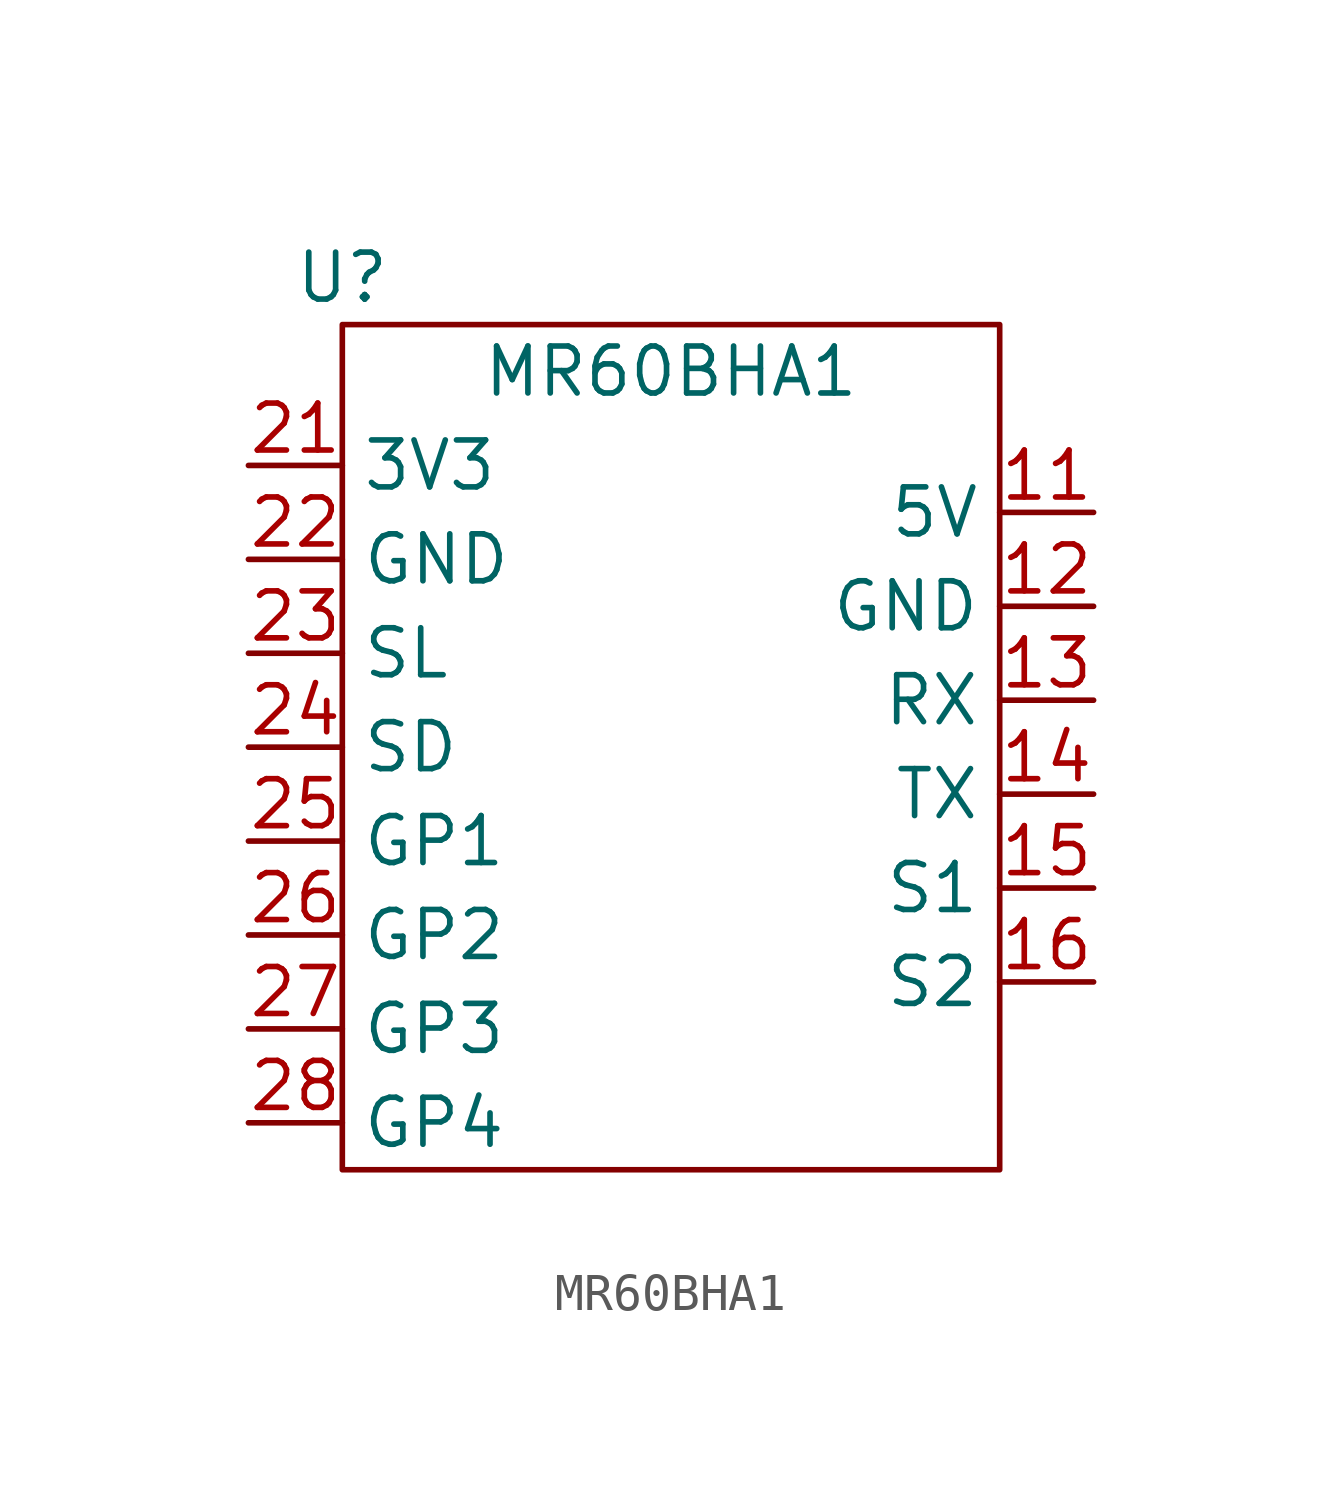
<source format=kicad_sym>
(kicad_symbol_lib
  (version 20211014)
  (generator kicad_symbol_editor)
  (symbol "MR60BHA1"
    (property "Reference" "U"
      (at -8.89 12.7 0)
      (effects (font (size 1.27 1.27))))
    (property "Value" "MR60BHA1"
      (at 0 10.16 0)
      (effects (font (size 1.27 1.27))))
    (symbol "MR60BHA1_0_1"
      (rectangle (start -8.89 11.43) (end 8.89 -11.43) (stroke (width 0) (type default) (color 0 0 0 0)) (fill (type none))))
    (symbol "MR60BHA1_1_1"
      (pin power_in line (at 11.43 6.35 180) (length 2.54) (name "5V" (effects (font (size 1.27 1.27)))) (number "11" (effects (font (size 1.27 1.27)))))
      (pin power_in line (at 11.43 3.81 180) (length 2.54) (name "GND" (effects (font (size 1.27 1.27)))) (number "12" (effects (font (size 1.27 1.27)))))
      (pin input line (at 11.43 1.27 180) (length 2.54) (name "RX" (effects (font (size 1.27 1.27)))) (number "13" (effects (font (size 1.27 1.27)))))
      (pin output line (at 11.43 -1.27 180) (length 2.54) (name "TX" (effects (font (size 1.27 1.27)))) (number "14" (effects (font (size 1.27 1.27)))))
      (pin output line (at 11.43 -3.81 180) (length 2.54) (name "S1" (effects (font (size 1.27 1.27)))) (number "15" (effects (font (size 1.27 1.27)))))
      (pin output line (at 11.43 -6.35 180) (length 2.54) (name "S2" (effects (font (size 1.27 1.27)))) (number "16" (effects (font (size 1.27 1.27)))))
      (pin power_in line (at -11.43 7.62 0) (length 2.54) (name "3V3" (effects (font (size 1.27 1.27)))) (number "21" (effects (font (size 1.27 1.27)))))
      (pin power_in line (at -11.43 5.08 0) (length 2.54) (name "GND" (effects (font (size 1.27 1.27)))) (number "22" (effects (font (size 1.27 1.27)))))
      (pin unspecified line (at -11.43 2.54 0) (length 2.54) (name "SL" (effects (font (size 1.27 1.27)))) (number "23" (effects (font (size 1.27 1.27)))))
      (pin unspecified line (at -11.43 0 0) (length 2.54) (name "SD" (effects (font (size 1.27 1.27)))) (number "24" (effects (font (size 1.27 1.27)))))
      (pin unspecified line (at -11.43 -2.54 0) (length 2.54) (name "GP1" (effects (font (size 1.27 1.27)))) (number "25" (effects (font (size 1.27 1.27)))))
      (pin unspecified line (at -11.43 -5.08 0) (length 2.54) (name "GP2" (effects (font (size 1.27 1.27)))) (number "26" (effects (font (size 1.27 1.27)))))
      (pin unspecified line (at -11.43 -7.62 0) (length 2.54) (name "GP3" (effects (font (size 1.27 1.27)))) (number "27" (effects (font (size 1.27 1.27)))))
      (pin unspecified line (at -11.43 -10.16 0) (length 2.54) (name "GP4" (effects (font (size 1.27 1.27)))) (number "28" (effects (font (size 1.27 1.27))))))))
</source>
